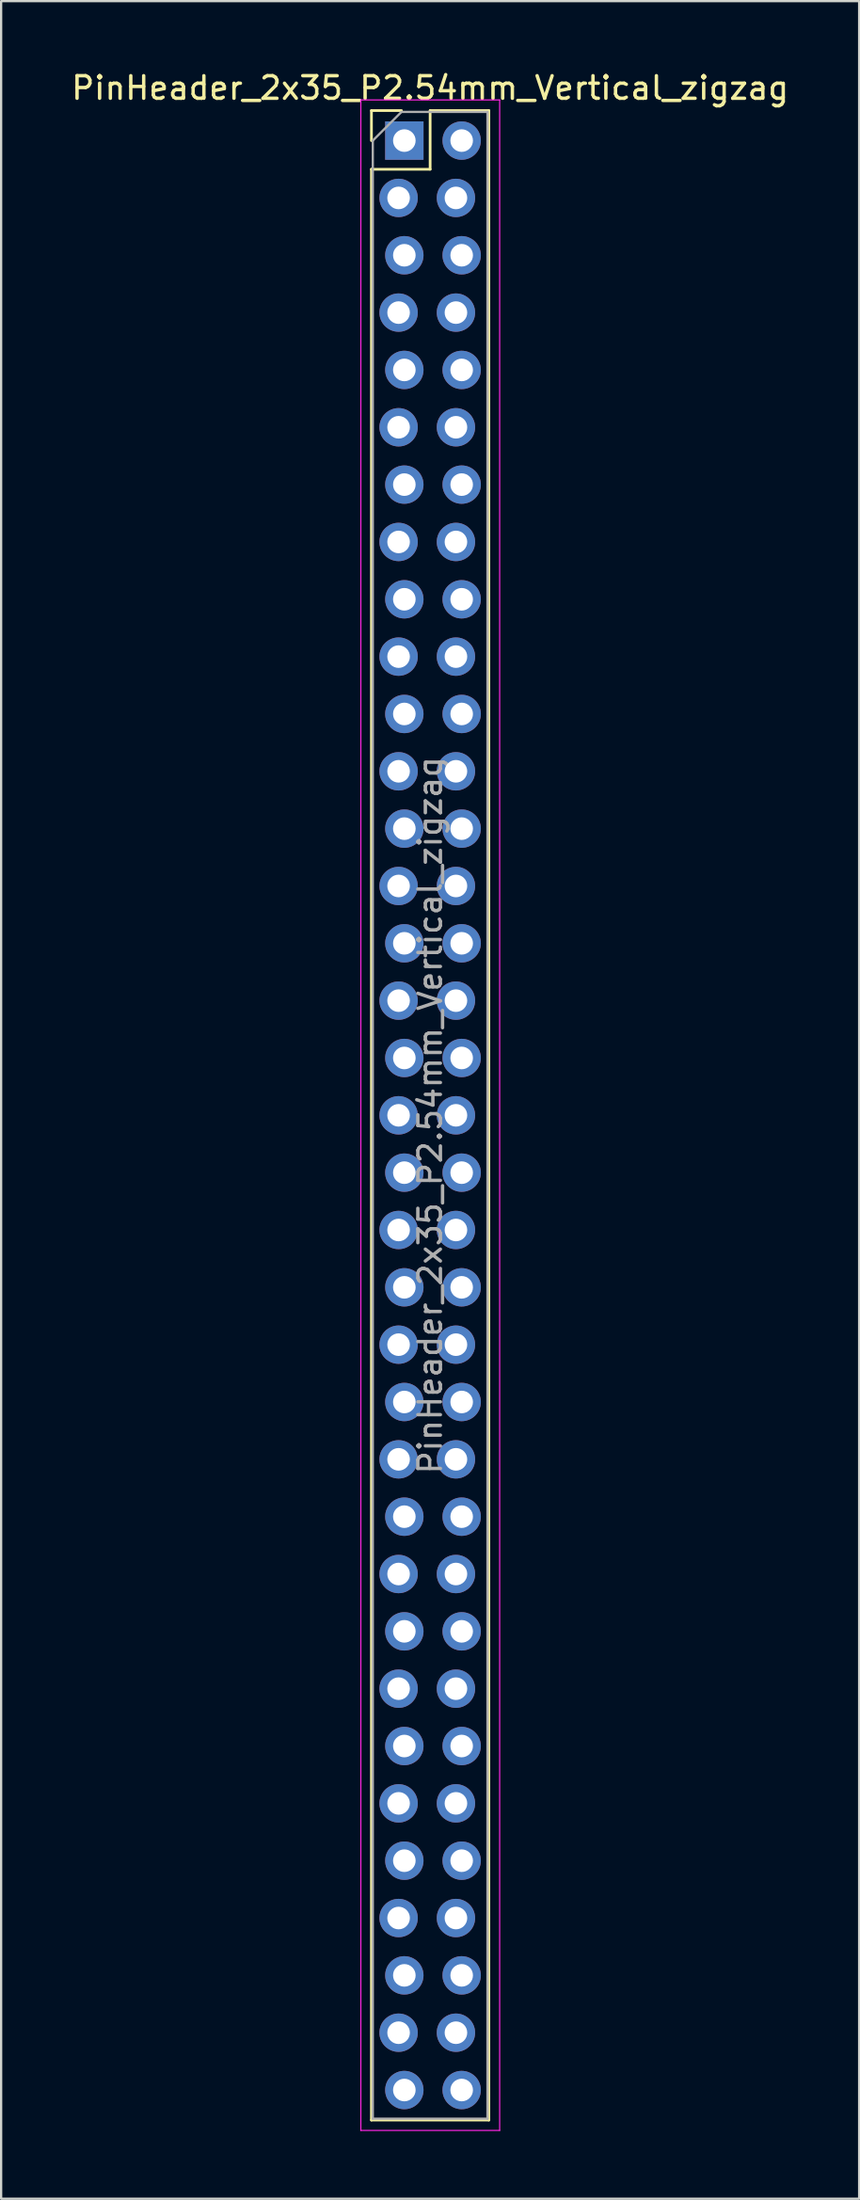
<source format=kicad_pcb>
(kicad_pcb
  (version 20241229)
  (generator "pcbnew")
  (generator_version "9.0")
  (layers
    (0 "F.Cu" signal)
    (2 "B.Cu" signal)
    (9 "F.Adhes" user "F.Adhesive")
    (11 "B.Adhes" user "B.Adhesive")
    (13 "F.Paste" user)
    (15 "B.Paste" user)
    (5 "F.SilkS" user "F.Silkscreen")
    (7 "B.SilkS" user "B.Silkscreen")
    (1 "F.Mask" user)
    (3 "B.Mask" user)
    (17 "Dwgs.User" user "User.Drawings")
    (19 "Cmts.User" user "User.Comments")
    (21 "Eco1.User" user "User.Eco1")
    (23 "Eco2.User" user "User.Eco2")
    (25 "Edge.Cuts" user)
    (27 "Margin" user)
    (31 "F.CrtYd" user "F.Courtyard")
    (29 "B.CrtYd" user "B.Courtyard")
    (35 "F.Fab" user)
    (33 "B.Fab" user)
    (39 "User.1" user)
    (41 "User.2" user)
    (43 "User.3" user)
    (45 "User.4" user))
  (footprint "PinHeader_2x35_P2.54mm_Vertical_zigzag"
    (layer "F.Cu")
    (at 14.736 3.178)
    (property "Reference" "PinHeader_2x35_P2.54mm_Vertical_zigzag" (at 1.27 -2.33 0) (layer "F.SilkS") (effects (font (size 1 1) (thickness 0.15))))
    (attr through_hole)
    (fp_line (start -1.33 -1.33) (end 0 -1.33) (stroke (width 0.12) (type solid)) (layer "F.SilkS"))
    (fp_line (start -1.33 0) (end -1.33 -1.33) (stroke (width 0.12) (type solid)) (layer "F.SilkS"))
    (fp_line (start -1.33 1.27) (end -1.33 87.69) (stroke (width 0.12) (type solid)) (layer "F.SilkS"))
    (fp_line (start -1.33 1.27) (end 1.27 1.27) (stroke (width 0.12) (type solid)) (layer "F.SilkS"))
    (fp_line (start -1.33 87.69) (end 3.87 87.69) (stroke (width 0.12) (type solid)) (layer "F.SilkS"))
    (fp_line (start 1.27 -1.33) (end 3.87 -1.33) (stroke (width 0.12) (type solid)) (layer "F.SilkS"))
    (fp_line (start 1.27 1.27) (end 1.27 -1.33) (stroke (width 0.12) (type solid)) (layer "F.SilkS"))
    (fp_line (start 3.87 -1.33) (end 3.87 87.69) (stroke (width 0.12) (type solid)) (layer "F.SilkS"))
    (fp_line (start -1.8 -1.8) (end -1.8 88.15) (stroke (width 0.05) (type solid)) (layer "F.CrtYd"))
    (fp_line (start -1.8 88.15) (end 4.35 88.15) (stroke (width 0.05) (type solid)) (layer "F.CrtYd"))
    (fp_line (start 4.35 -1.8) (end -1.8 -1.8) (stroke (width 0.05) (type solid)) (layer "F.CrtYd"))
    (fp_line (start 4.35 88.15) (end 4.35 -1.8) (stroke (width 0.05) (type solid)) (layer "F.CrtYd"))
    (fp_line (start -1.27 0) (end 0 -1.27) (stroke (width 0.1) (type solid)) (layer "F.Fab"))
    (fp_line (start -1.27 87.63) (end -1.27 0) (stroke (width 0.1) (type solid)) (layer "F.Fab"))
    (fp_line (start 0 -1.27) (end 3.81 -1.27) (stroke (width 0.1) (type solid)) (layer "F.Fab"))
    (fp_line (start 3.81 -1.27) (end 3.81 87.63) (stroke (width 0.1) (type solid)) (layer "F.Fab"))
    (fp_line (start 3.81 87.63) (end -1.27 87.63) (stroke (width 0.1) (type solid)) (layer "F.Fab"))
    (fp_text user "${REFERENCE}" (at 1.27 43.18 90) (layer "F.Fab") (effects (font (size 1 1) (thickness 0.15))))
    (pad "1" thru_hole rect (at 0.127 0) (size 1.7 1.7) (drill 1) (layers "*.Cu" "*.Mask"))
    (pad "2" thru_hole oval (at 2.667 0) (size 1.7 1.7) (drill 1) (layers "*.Cu" "*.Mask"))
    (pad "3" thru_hole oval (at -0.127 2.54) (size 1.7 1.7) (drill 1) (layers "*.Cu" "*.Mask"))
    (pad "4" thru_hole oval (at 2.413 2.54) (size 1.7 1.7) (drill 1) (layers "*.Cu" "*.Mask"))
    (pad "5" thru_hole oval (at 0.127 5.08) (size 1.7 1.7) (drill 1) (layers "*.Cu" "*.Mask"))
    (pad "6" thru_hole oval (at 2.667 5.08) (size 1.7 1.7) (drill 1) (layers "*.Cu" "*.Mask"))
    (pad "7" thru_hole oval (at -0.127 7.62) (size 1.7 1.7) (drill 1) (layers "*.Cu" "*.Mask"))
    (pad "8" thru_hole oval (at 2.413 7.62) (size 1.7 1.7) (drill 1) (layers "*.Cu" "*.Mask"))
    (pad "9" thru_hole oval (at 0.127 10.16) (size 1.7 1.7) (drill 1) (layers "*.Cu" "*.Mask"))
    (pad "10" thru_hole oval (at 2.667 10.16) (size 1.7 1.7) (drill 1) (layers "*.Cu" "*.Mask"))
    (pad "11" thru_hole oval (at -0.127 12.7) (size 1.7 1.7) (drill 1) (layers "*.Cu" "*.Mask"))
    (pad "12" thru_hole oval (at 2.413 12.7) (size 1.7 1.7) (drill 1) (layers "*.Cu" "*.Mask"))
    (pad "13" thru_hole oval (at 0.127 15.24) (size 1.7 1.7) (drill 1) (layers "*.Cu" "*.Mask"))
    (pad "14" thru_hole oval (at 2.667 15.24) (size 1.7 1.7) (drill 1) (layers "*.Cu" "*.Mask"))
    (pad "15" thru_hole oval (at -0.127 17.78) (size 1.7 1.7) (drill 1) (layers "*.Cu" "*.Mask"))
    (pad "16" thru_hole oval (at 2.413 17.78) (size 1.7 1.7) (drill 1) (layers "*.Cu" "*.Mask"))
    (pad "17" thru_hole oval (at 0.127 20.32) (size 1.7 1.7) (drill 1) (layers "*.Cu" "*.Mask"))
    (pad "18" thru_hole oval (at 2.667 20.32) (size 1.7 1.7) (drill 1) (layers "*.Cu" "*.Mask"))
    (pad "19" thru_hole oval (at -0.127 22.86) (size 1.7 1.7) (drill 1) (layers "*.Cu" "*.Mask"))
    (pad "20" thru_hole oval (at 2.413 22.86) (size 1.7 1.7) (drill 1) (layers "*.Cu" "*.Mask"))
    (pad "21" thru_hole oval (at 0.127 25.4) (size 1.7 1.7) (drill 1) (layers "*.Cu" "*.Mask"))
    (pad "22" thru_hole oval (at 2.667 25.4) (size 1.7 1.7) (drill 1) (layers "*.Cu" "*.Mask"))
    (pad "23" thru_hole oval (at -0.127 27.94) (size 1.7 1.7) (drill 1) (layers "*.Cu" "*.Mask"))
    (pad "24" thru_hole oval (at 2.413 27.94) (size 1.7 1.7) (drill 1) (layers "*.Cu" "*.Mask"))
    (pad "25" thru_hole oval (at 0.127 30.48) (size 1.7 1.7) (drill 1) (layers "*.Cu" "*.Mask"))
    (pad "26" thru_hole oval (at 2.667 30.48) (size 1.7 1.7) (drill 1) (layers "*.Cu" "*.Mask"))
    (pad "27" thru_hole oval (at -0.127 33.02) (size 1.7 1.7) (drill 1) (layers "*.Cu" "*.Mask"))
    (pad "28" thru_hole oval (at 2.413 33.02) (size 1.7 1.7) (drill 1) (layers "*.Cu" "*.Mask"))
    (pad "29" thru_hole oval (at 0.127 35.56) (size 1.7 1.7) (drill 1) (layers "*.Cu" "*.Mask"))
    (pad "30" thru_hole oval (at 2.667 35.56) (size 1.7 1.7) (drill 1) (layers "*.Cu" "*.Mask"))
    (pad "31" thru_hole oval (at -0.127 38.1) (size 1.7 1.7) (drill 1) (layers "*.Cu" "*.Mask"))
    (pad "32" thru_hole oval (at 2.413 38.1) (size 1.7 1.7) (drill 1) (layers "*.Cu" "*.Mask"))
    (pad "33" thru_hole oval (at 0.127 40.64) (size 1.7 1.7) (drill 1) (layers "*.Cu" "*.Mask"))
    (pad "34" thru_hole oval (at 2.667 40.64) (size 1.7 1.7) (drill 1) (layers "*.Cu" "*.Mask"))
    (pad "35" thru_hole oval (at -0.127 43.18) (size 1.7 1.7) (drill 1) (layers "*.Cu" "*.Mask"))
    (pad "36" thru_hole oval (at 2.413 43.18) (size 1.7 1.7) (drill 1) (layers "*.Cu" "*.Mask"))
    (pad "37" thru_hole oval (at 0.127 45.72) (size 1.7 1.7) (drill 1) (layers "*.Cu" "*.Mask"))
    (pad "38" thru_hole oval (at 2.667 45.72) (size 1.7 1.7) (drill 1) (layers "*.Cu" "*.Mask"))
    (pad "39" thru_hole oval (at -0.127 48.26) (size 1.7 1.7) (drill 1) (layers "*.Cu" "*.Mask"))
    (pad "40" thru_hole oval (at 2.413 48.26) (size 1.7 1.7) (drill 1) (layers "*.Cu" "*.Mask"))
    (pad "41" thru_hole oval (at 0.127 50.8) (size 1.7 1.7) (drill 1) (layers "*.Cu" "*.Mask"))
    (pad "42" thru_hole oval (at 2.667 50.8) (size 1.7 1.7) (drill 1) (layers "*.Cu" "*.Mask"))
    (pad "43" thru_hole oval (at -0.127 53.34) (size 1.7 1.7) (drill 1) (layers "*.Cu" "*.Mask"))
    (pad "44" thru_hole oval (at 2.413 53.34) (size 1.7 1.7) (drill 1) (layers "*.Cu" "*.Mask"))
    (pad "45" thru_hole oval (at 0.127 55.88) (size 1.7 1.7) (drill 1) (layers "*.Cu" "*.Mask"))
    (pad "46" thru_hole oval (at 2.667 55.88) (size 1.7 1.7) (drill 1) (layers "*.Cu" "*.Mask"))
    (pad "47" thru_hole oval (at -0.127 58.42) (size 1.7 1.7) (drill 1) (layers "*.Cu" "*.Mask"))
    (pad "48" thru_hole oval (at 2.413 58.42) (size 1.7 1.7) (drill 1) (layers "*.Cu" "*.Mask"))
    (pad "49" thru_hole oval (at 0.127 60.96) (size 1.7 1.7) (drill 1) (layers "*.Cu" "*.Mask"))
    (pad "50" thru_hole oval (at 2.667 60.96) (size 1.7 1.7) (drill 1) (layers "*.Cu" "*.Mask"))
    (pad "51" thru_hole oval (at -0.127 63.5) (size 1.7 1.7) (drill 1) (layers "*.Cu" "*.Mask"))
    (pad "52" thru_hole oval (at 2.413 63.5) (size 1.7 1.7) (drill 1) (layers "*.Cu" "*.Mask"))
    (pad "53" thru_hole oval (at 0.127 66.04) (size 1.7 1.7) (drill 1) (layers "*.Cu" "*.Mask"))
    (pad "54" thru_hole oval (at 2.667 66.04) (size 1.7 1.7) (drill 1) (layers "*.Cu" "*.Mask"))
    (pad "55" thru_hole oval (at -0.127 68.58) (size 1.7 1.7) (drill 1) (layers "*.Cu" "*.Mask"))
    (pad "56" thru_hole oval (at 2.413 68.58) (size 1.7 1.7) (drill 1) (layers "*.Cu" "*.Mask"))
    (pad "57" thru_hole oval (at 0.127 71.12) (size 1.7 1.7) (drill 1) (layers "*.Cu" "*.Mask"))
    (pad "58" thru_hole oval (at 2.667 71.12) (size 1.7 1.7) (drill 1) (layers "*.Cu" "*.Mask"))
    (pad "59" thru_hole oval (at -0.127 73.66) (size 1.7 1.7) (drill 1) (layers "*.Cu" "*.Mask"))
    (pad "60" thru_hole oval (at 2.413 73.66) (size 1.7 1.7) (drill 1) (layers "*.Cu" "*.Mask"))
    (pad "61" thru_hole oval (at 0.127 76.2) (size 1.7 1.7) (drill 1) (layers "*.Cu" "*.Mask"))
    (pad "62" thru_hole oval (at 2.667 76.2) (size 1.7 1.7) (drill 1) (layers "*.Cu" "*.Mask"))
    (pad "63" thru_hole oval (at -0.127 78.74) (size 1.7 1.7) (drill 1) (layers "*.Cu" "*.Mask"))
    (pad "64" thru_hole oval (at 2.413 78.74) (size 1.7 1.7) (drill 1) (layers "*.Cu" "*.Mask"))
    (pad "65" thru_hole oval (at 0.127 81.28) (size 1.7 1.7) (drill 1) (layers "*.Cu" "*.Mask"))
    (pad "66" thru_hole oval (at 2.667 81.28) (size 1.7 1.7) (drill 1) (layers "*.Cu" "*.Mask"))
    (pad "67" thru_hole oval (at -0.127 83.82) (size 1.7 1.7) (drill 1) (layers "*.Cu" "*.Mask"))
    (pad "68" thru_hole oval (at 2.413 83.82) (size 1.7 1.7) (drill 1) (layers "*.Cu" "*.Mask"))
    (pad "69" thru_hole oval (at 0.127 86.36) (size 1.7 1.7) (drill 1) (layers "*.Cu" "*.Mask"))
    (pad "70" thru_hole oval (at 2.667 86.36) (size 1.7 1.7) (drill 1) (layers "*.Cu" "*.Mask")))
  (gr_rect
    (start -3 -3)
    (end 35.012 94.353)
    (stroke (width 0.1) (type default))
    (fill no)
    (layer "Edge.Cuts")))
</source>
